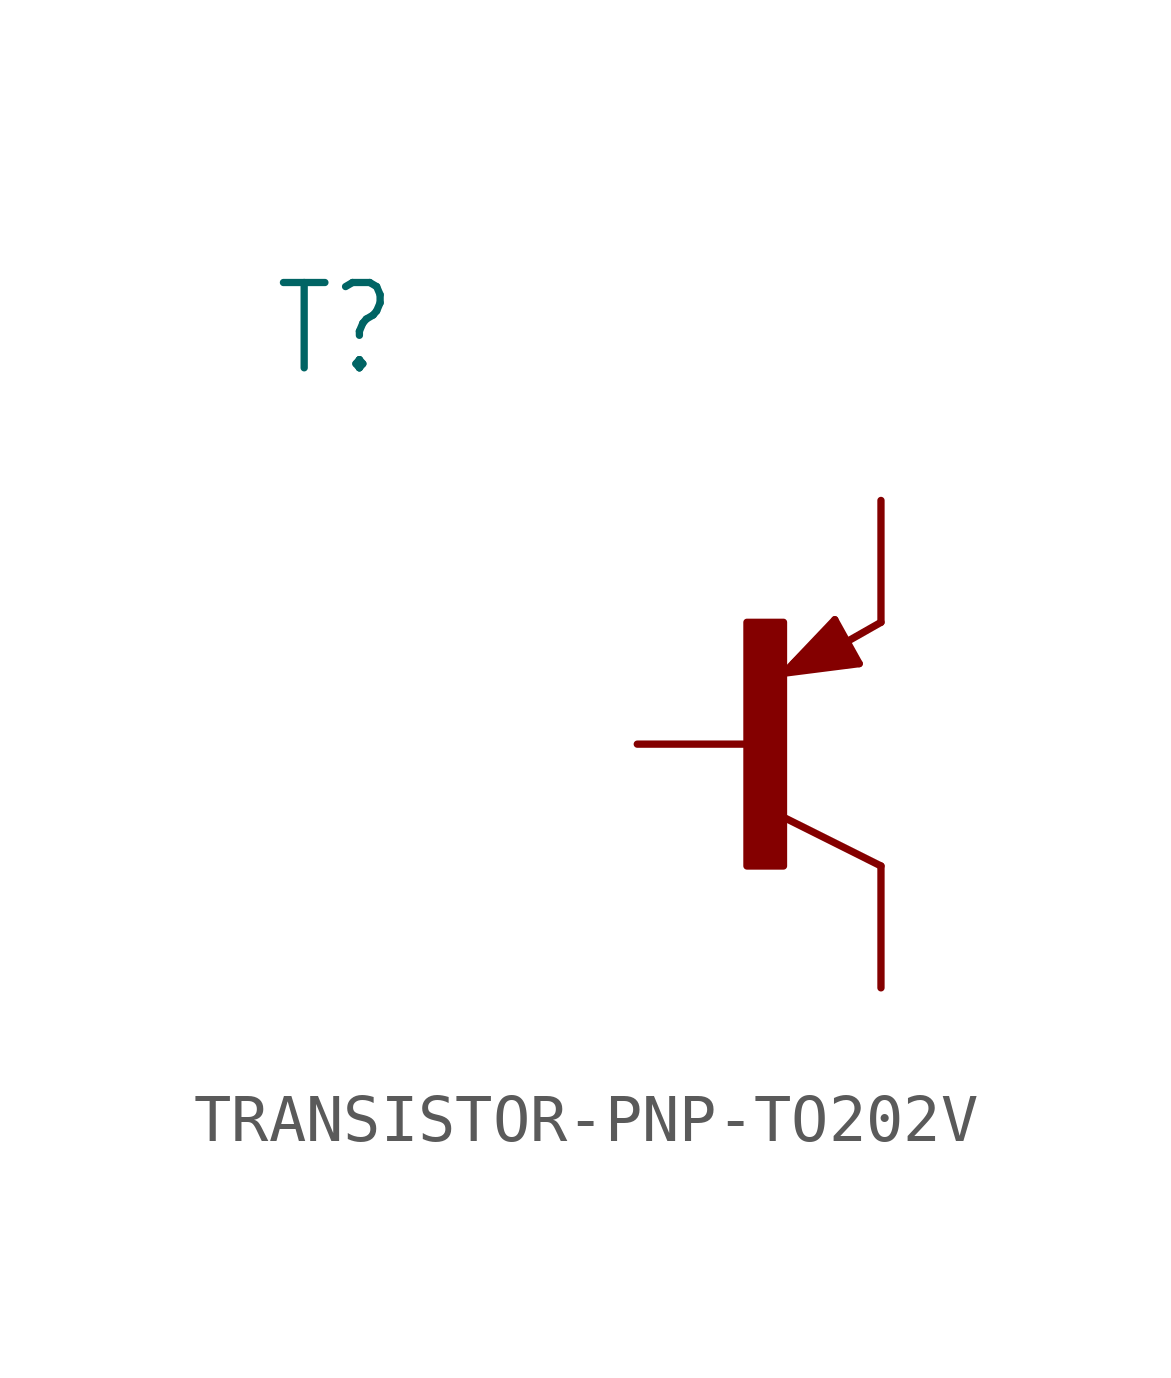
<source format=kicad_sym>
(kicad_symbol_lib
  (version 20231120)
  (generator "kicad_symbol_editor")
  (generator_version "8.0")
  (symbol "TRANSISTOR-PNP-TO202V"
    (property "Reference" "T"
      (at -10.16 7.62 0)
      (effects (font (size 1.778 1.511)) (justify left bottom)))
    (property "Value" ""
      (at -10.16 5.08 0)
      (effects (font (size 1.778 1.511)) (justify left bottom)))
    (property "ki_locked" ""
      (at 0 0 0)
      (effects (font (size 1.27 1.27))))
    (symbol "TRANSISTOR-PNP-TO202V_1_0"
      (rectangle (start -0.254 -2.54) (end 0.508 2.54) (stroke (width 0) (type default)) (fill (type outline)))
      (polyline (pts (xy 0.516 1.478) (xy 2.086 1.678)) (stroke (width 0.152) (type solid)) (fill (type none)))
      (polyline (pts (xy 0.762 1.651) (xy 1.778 1.778)) (stroke (width 0.254) (type solid)) (fill (type none)))
      (polyline (pts (xy 1.143 1.905) (xy 1.524 1.905)) (stroke (width 0.254) (type solid)) (fill (type none)))
      (polyline (pts (xy 1.524 2.159) (xy 1.143 1.905)) (stroke (width 0.254) (type solid)) (fill (type none)))
      (polyline (pts (xy 1.524 2.413) (xy 0.762 1.651)) (stroke (width 0.254) (type solid)) (fill (type none)))
      (polyline (pts (xy 1.578 2.594) (xy 0.516 1.478)) (stroke (width 0.152) (type solid)) (fill (type none)))
      (polyline (pts (xy 1.778 1.778) (xy 1.524 2.159)) (stroke (width 0.254) (type solid)) (fill (type none)))
      (polyline (pts (xy 1.905 1.778) (xy 1.524 2.413)) (stroke (width 0.254) (type solid)) (fill (type none)))
      (polyline (pts (xy 2.086 1.678) (xy 1.578 2.594)) (stroke (width 0.152) (type solid)) (fill (type none)))
      (polyline (pts (xy 2.54 -2.54) (xy 0.508 -1.524)) (stroke (width 0.152) (type solid)) (fill (type none)))
      (polyline (pts (xy 2.54 2.54) (xy 1.808 2.124)) (stroke (width 0.152) (type solid)) (fill (type none)))
      (pin passive line (at 2.54 5.08 270) (length 2.54) (name "E" (effects (font (size 0 0)))) (number "1" (effects (font (size 0 0)))))
      (pin passive line (at 2.54 -5.08 90) (length 2.54) (name "C" (effects (font (size 0 0)))) (number "2" (effects (font (size 0 0)))))
      (pin passive line (at -2.54 0 0) (length 2.54) (name "B" (effects (font (size 0 0)))) (number "3" (effects (font (size 0 0))))))))
</source>
